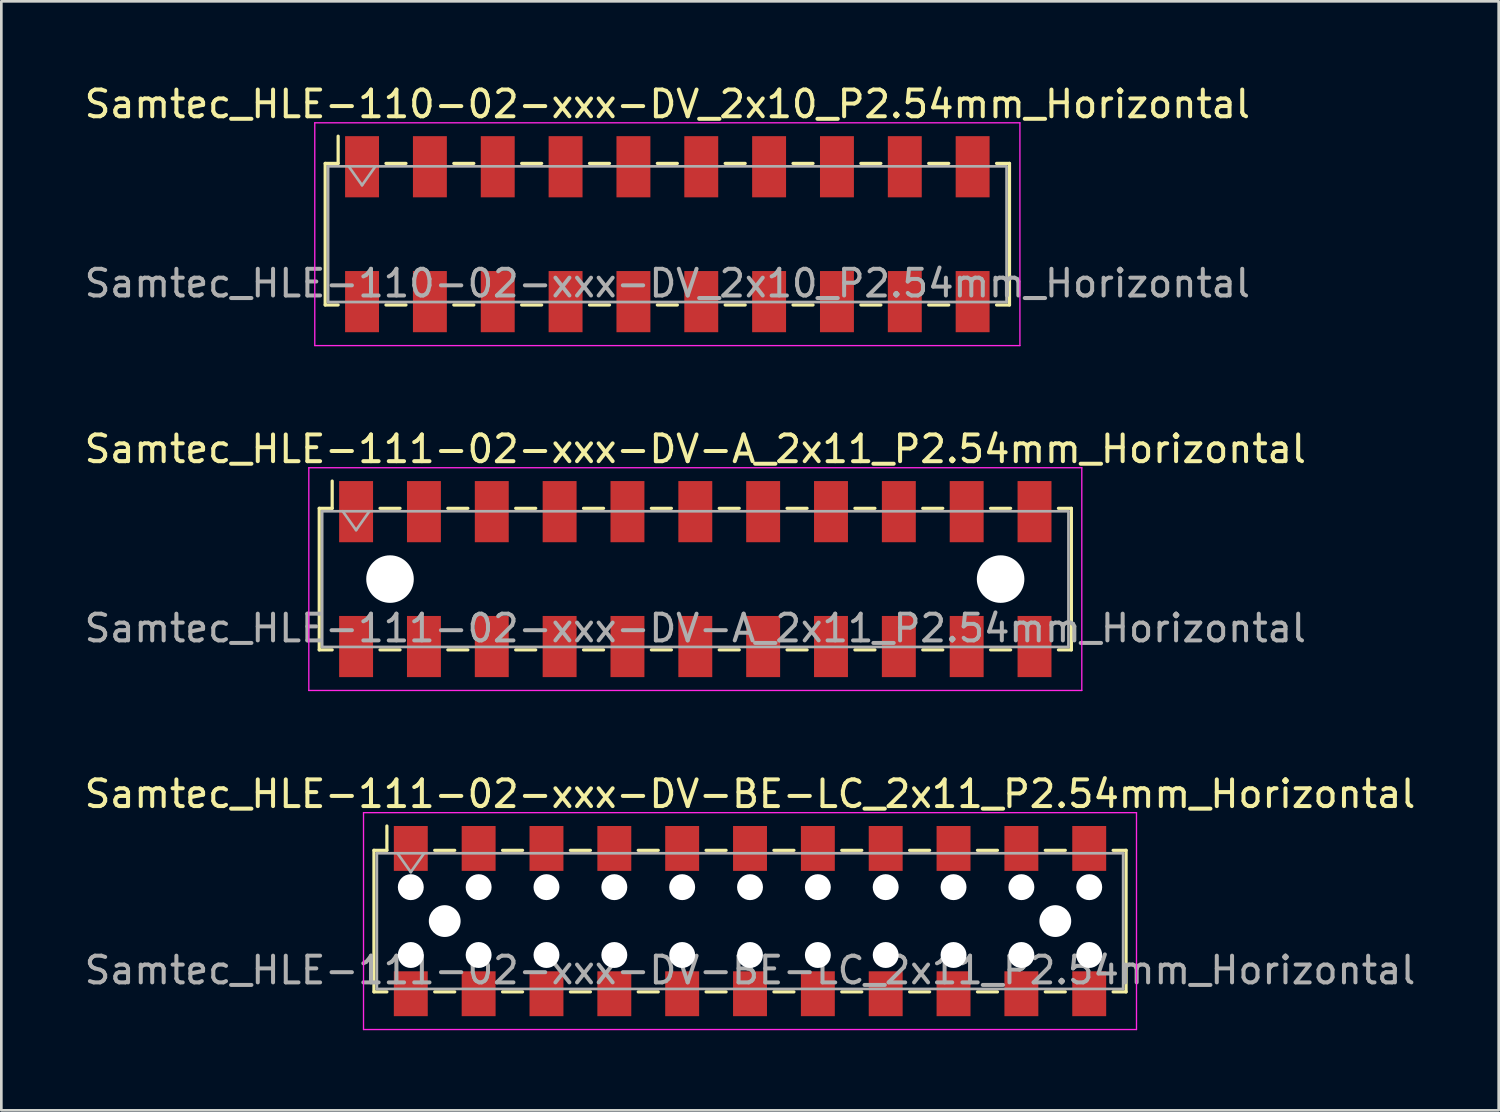
<source format=kicad_pcb>
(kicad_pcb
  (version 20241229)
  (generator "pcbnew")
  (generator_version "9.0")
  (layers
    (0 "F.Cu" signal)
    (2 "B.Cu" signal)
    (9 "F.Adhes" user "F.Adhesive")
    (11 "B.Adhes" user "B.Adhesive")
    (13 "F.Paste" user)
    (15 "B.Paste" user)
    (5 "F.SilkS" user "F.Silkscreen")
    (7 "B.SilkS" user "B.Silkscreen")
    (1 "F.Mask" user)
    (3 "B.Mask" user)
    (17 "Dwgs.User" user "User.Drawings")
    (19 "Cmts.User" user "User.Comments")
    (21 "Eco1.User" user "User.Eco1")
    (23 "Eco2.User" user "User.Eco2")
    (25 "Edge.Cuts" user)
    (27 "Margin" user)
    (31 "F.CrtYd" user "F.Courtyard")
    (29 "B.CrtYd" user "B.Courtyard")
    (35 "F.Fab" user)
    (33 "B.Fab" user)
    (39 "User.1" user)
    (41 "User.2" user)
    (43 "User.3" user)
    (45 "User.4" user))
  (footprint "Samtec_HLE-110-02-xxx-DV_2x10_P2.54mm_Horizontal"
    (layer "F.Cu")
    (at 21.935 5.718)
    (property "Reference" "Samtec_HLE-110-02-xxx-DV_2x10_P2.54mm_Horizontal" (at 0 -4.87 0) (layer "F.SilkS") (effects (font (size 1 1) (thickness 0.15))))
    (attr smd)
    (fp_line (start -12.81 -2.65) (end -12.81 2.65) (stroke (width 0.12) (type solid)) (layer "F.SilkS"))
    (fp_line (start -12.81 2.65) (end -12.325 2.65) (stroke (width 0.12) (type solid)) (layer "F.SilkS"))
    (fp_line (start -12.325 -3.67) (end -12.325 -2.65) (stroke (width 0.12) (type solid)) (layer "F.SilkS"))
    (fp_line (start -12.325 -2.65) (end -12.81 -2.65) (stroke (width 0.12) (type solid)) (layer "F.SilkS"))
    (fp_line (start -10.535 -2.65) (end -9.785 -2.65) (stroke (width 0.12) (type solid)) (layer "F.SilkS"))
    (fp_line (start -10.535 2.65) (end -9.785 2.65) (stroke (width 0.12) (type solid)) (layer "F.SilkS"))
    (fp_line (start -7.995 -2.65) (end -7.245 -2.65) (stroke (width 0.12) (type solid)) (layer "F.SilkS"))
    (fp_line (start -7.995 2.65) (end -7.245 2.65) (stroke (width 0.12) (type solid)) (layer "F.SilkS"))
    (fp_line (start -5.455 -2.65) (end -4.705 -2.65) (stroke (width 0.12) (type solid)) (layer "F.SilkS"))
    (fp_line (start -5.455 2.65) (end -4.705 2.65) (stroke (width 0.12) (type solid)) (layer "F.SilkS"))
    (fp_line (start -2.915 -2.65) (end -2.165 -2.65) (stroke (width 0.12) (type solid)) (layer "F.SilkS"))
    (fp_line (start -2.915 2.65) (end -2.165 2.65) (stroke (width 0.12) (type solid)) (layer "F.SilkS"))
    (fp_line (start -0.375 -2.65) (end 0.375 -2.65) (stroke (width 0.12) (type solid)) (layer "F.SilkS"))
    (fp_line (start -0.375 2.65) (end 0.375 2.65) (stroke (width 0.12) (type solid)) (layer "F.SilkS"))
    (fp_line (start 2.165 -2.65) (end 2.915 -2.65) (stroke (width 0.12) (type solid)) (layer "F.SilkS"))
    (fp_line (start 2.165 2.65) (end 2.915 2.65) (stroke (width 0.12) (type solid)) (layer "F.SilkS"))
    (fp_line (start 4.705 -2.65) (end 5.455 -2.65) (stroke (width 0.12) (type solid)) (layer "F.SilkS"))
    (fp_line (start 4.705 2.65) (end 5.455 2.65) (stroke (width 0.12) (type solid)) (layer "F.SilkS"))
    (fp_line (start 7.245 -2.65) (end 7.995 -2.65) (stroke (width 0.12) (type solid)) (layer "F.SilkS"))
    (fp_line (start 7.245 2.65) (end 7.995 2.65) (stroke (width 0.12) (type solid)) (layer "F.SilkS"))
    (fp_line (start 9.785 -2.65) (end 10.535 -2.65) (stroke (width 0.12) (type solid)) (layer "F.SilkS"))
    (fp_line (start 9.785 2.65) (end 10.535 2.65) (stroke (width 0.12) (type solid)) (layer "F.SilkS"))
    (fp_line (start 12.325 -2.65) (end 12.81 -2.65) (stroke (width 0.12) (type solid)) (layer "F.SilkS"))
    (fp_line (start 12.81 -2.65) (end 12.81 2.65) (stroke (width 0.12) (type solid)) (layer "F.SilkS"))
    (fp_line (start 12.81 2.65) (end 12.325 2.65) (stroke (width 0.12) (type solid)) (layer "F.SilkS"))
    (fp_line (start -13.2 -4.17) (end 13.2 -4.17) (stroke (width 0.05) (type solid)) (layer "F.CrtYd"))
    (fp_line (start -13.2 4.17) (end -13.2 -4.17) (stroke (width 0.05) (type solid)) (layer "F.CrtYd"))
    (fp_line (start 13.2 -4.17) (end 13.2 4.17) (stroke (width 0.05) (type solid)) (layer "F.CrtYd"))
    (fp_line (start 13.2 4.17) (end -13.2 4.17) (stroke (width 0.05) (type solid)) (layer "F.CrtYd"))
    (fp_line (start -12.7 -2.54) (end 12.7 -2.54) (stroke (width 0.1) (type solid)) (layer "F.Fab"))
    (fp_line (start -12.7 2.54) (end -12.7 -2.54) (stroke (width 0.1) (type solid)) (layer "F.Fab"))
    (fp_line (start -11.93 -2.54) (end -11.43 -1.833) (stroke (width 0.1) (type solid)) (layer "F.Fab"))
    (fp_line (start -11.43 -1.833) (end -10.93 -2.54) (stroke (width 0.1) (type solid)) (layer "F.Fab"))
    (fp_line (start 12.7 -2.54) (end 12.7 2.54) (stroke (width 0.1) (type solid)) (layer "F.Fab"))
    (fp_line (start 12.7 2.54) (end -12.7 2.54) (stroke (width 0.1) (type solid)) (layer "F.Fab"))
    (fp_text user "${REFERENCE}" (at 0 1.84 0) (layer "F.Fab") (effects (font (size 1 1) (thickness 0.15))))
    (pad "1" smd rect (at -11.43 -2.525) (size 1.27 2.29) (layers "F.Cu" "F.Mask" "F.Paste"))
    (pad "2" smd rect (at -11.43 2.525) (size 1.27 2.29) (layers "F.Cu" "F.Mask" "F.Paste"))
    (pad "3" smd rect (at -8.89 -2.525) (size 1.27 2.29) (layers "F.Cu" "F.Mask" "F.Paste"))
    (pad "4" smd rect (at -8.89 2.525) (size 1.27 2.29) (layers "F.Cu" "F.Mask" "F.Paste"))
    (pad "5" smd rect (at -6.35 -2.525) (size 1.27 2.29) (layers "F.Cu" "F.Mask" "F.Paste"))
    (pad "6" smd rect (at -6.35 2.525) (size 1.27 2.29) (layers "F.Cu" "F.Mask" "F.Paste"))
    (pad "7" smd rect (at -3.81 -2.525) (size 1.27 2.29) (layers "F.Cu" "F.Mask" "F.Paste"))
    (pad "8" smd rect (at -3.81 2.525) (size 1.27 2.29) (layers "F.Cu" "F.Mask" "F.Paste"))
    (pad "9" smd rect (at -1.27 -2.525) (size 1.27 2.29) (layers "F.Cu" "F.Mask" "F.Paste"))
    (pad "10" smd rect (at -1.27 2.525) (size 1.27 2.29) (layers "F.Cu" "F.Mask" "F.Paste"))
    (pad "11" smd rect (at 1.27 -2.525) (size 1.27 2.29) (layers "F.Cu" "F.Mask" "F.Paste"))
    (pad "12" smd rect (at 1.27 2.525) (size 1.27 2.29) (layers "F.Cu" "F.Mask" "F.Paste"))
    (pad "13" smd rect (at 3.81 -2.525) (size 1.27 2.29) (layers "F.Cu" "F.Mask" "F.Paste"))
    (pad "14" smd rect (at 3.81 2.525) (size 1.27 2.29) (layers "F.Cu" "F.Mask" "F.Paste"))
    (pad "15" smd rect (at 6.35 -2.525) (size 1.27 2.29) (layers "F.Cu" "F.Mask" "F.Paste"))
    (pad "16" smd rect (at 6.35 2.525) (size 1.27 2.29) (layers "F.Cu" "F.Mask" "F.Paste"))
    (pad "17" smd rect (at 8.89 -2.525) (size 1.27 2.29) (layers "F.Cu" "F.Mask" "F.Paste"))
    (pad "18" smd rect (at 8.89 2.525) (size 1.27 2.29) (layers "F.Cu" "F.Mask" "F.Paste"))
    (pad "19" smd rect (at 11.43 -2.525) (size 1.27 2.29) (layers "F.Cu" "F.Mask" "F.Paste"))
    (pad "20" smd rect (at 11.43 2.525) (size 1.27 2.29) (layers "F.Cu" "F.Mask" "F.Paste")))
  (footprint "Samtec_HLE-111-02-xxx-DV-A_2x11_P2.54mm_Horizontal"
    (layer "F.Cu")
    (at 22.982 18.631)
    (property "Reference" "Samtec_HLE-111-02-xxx-DV-A_2x11_P2.54mm_Horizontal" (at 0 -4.87 0) (layer "F.SilkS") (effects (font (size 1 1) (thickness 0.15))))
    (attr smd)
    (fp_line (start -14.08 -2.65) (end -14.08 2.65) (stroke (width 0.12) (type solid)) (layer "F.SilkS"))
    (fp_line (start -14.08 2.65) (end -13.595 2.65) (stroke (width 0.12) (type solid)) (layer "F.SilkS"))
    (fp_line (start -13.595 -3.67) (end -13.595 -2.65) (stroke (width 0.12) (type solid)) (layer "F.SilkS"))
    (fp_line (start -13.595 -2.65) (end -14.08 -2.65) (stroke (width 0.12) (type solid)) (layer "F.SilkS"))
    (fp_line (start -11.805 -2.65) (end -11.055 -2.65) (stroke (width 0.12) (type solid)) (layer "F.SilkS"))
    (fp_line (start -11.805 2.65) (end -11.055 2.65) (stroke (width 0.12) (type solid)) (layer "F.SilkS"))
    (fp_line (start -9.265 -2.65) (end -8.515 -2.65) (stroke (width 0.12) (type solid)) (layer "F.SilkS"))
    (fp_line (start -9.265 2.65) (end -8.515 2.65) (stroke (width 0.12) (type solid)) (layer "F.SilkS"))
    (fp_line (start -6.725 -2.65) (end -5.975 -2.65) (stroke (width 0.12) (type solid)) (layer "F.SilkS"))
    (fp_line (start -6.725 2.65) (end -5.975 2.65) (stroke (width 0.12) (type solid)) (layer "F.SilkS"))
    (fp_line (start -4.185 -2.65) (end -3.435 -2.65) (stroke (width 0.12) (type solid)) (layer "F.SilkS"))
    (fp_line (start -4.185 2.65) (end -3.435 2.65) (stroke (width 0.12) (type solid)) (layer "F.SilkS"))
    (fp_line (start -1.645 -2.65) (end -0.895 -2.65) (stroke (width 0.12) (type solid)) (layer "F.SilkS"))
    (fp_line (start -1.645 2.65) (end -0.895 2.65) (stroke (width 0.12) (type solid)) (layer "F.SilkS"))
    (fp_line (start 0.895 -2.65) (end 1.645 -2.65) (stroke (width 0.12) (type solid)) (layer "F.SilkS"))
    (fp_line (start 0.895 2.65) (end 1.645 2.65) (stroke (width 0.12) (type solid)) (layer "F.SilkS"))
    (fp_line (start 3.435 -2.65) (end 4.185 -2.65) (stroke (width 0.12) (type solid)) (layer "F.SilkS"))
    (fp_line (start 3.435 2.65) (end 4.185 2.65) (stroke (width 0.12) (type solid)) (layer "F.SilkS"))
    (fp_line (start 5.975 -2.65) (end 6.725 -2.65) (stroke (width 0.12) (type solid)) (layer "F.SilkS"))
    (fp_line (start 5.975 2.65) (end 6.725 2.65) (stroke (width 0.12) (type solid)) (layer "F.SilkS"))
    (fp_line (start 8.515 -2.65) (end 9.265 -2.65) (stroke (width 0.12) (type solid)) (layer "F.SilkS"))
    (fp_line (start 8.515 2.65) (end 9.265 2.65) (stroke (width 0.12) (type solid)) (layer "F.SilkS"))
    (fp_line (start 11.055 -2.65) (end 11.805 -2.65) (stroke (width 0.12) (type solid)) (layer "F.SilkS"))
    (fp_line (start 11.055 2.65) (end 11.805 2.65) (stroke (width 0.12) (type solid)) (layer "F.SilkS"))
    (fp_line (start 13.595 -2.65) (end 14.08 -2.65) (stroke (width 0.12) (type solid)) (layer "F.SilkS"))
    (fp_line (start 14.08 -2.65) (end 14.08 2.65) (stroke (width 0.12) (type solid)) (layer "F.SilkS"))
    (fp_line (start 14.08 2.65) (end 13.595 2.65) (stroke (width 0.12) (type solid)) (layer "F.SilkS"))
    (fp_line (start -14.47 -4.17) (end 14.47 -4.17) (stroke (width 0.05) (type solid)) (layer "F.CrtYd"))
    (fp_line (start -14.47 4.17) (end -14.47 -4.17) (stroke (width 0.05) (type solid)) (layer "F.CrtYd"))
    (fp_line (start 14.47 -4.17) (end 14.47 4.17) (stroke (width 0.05) (type solid)) (layer "F.CrtYd"))
    (fp_line (start 14.47 4.17) (end -14.47 4.17) (stroke (width 0.05) (type solid)) (layer "F.CrtYd"))
    (fp_line (start -13.97 -2.54) (end 13.97 -2.54) (stroke (width 0.1) (type solid)) (layer "F.Fab"))
    (fp_line (start -13.97 2.54) (end -13.97 -2.54) (stroke (width 0.1) (type solid)) (layer "F.Fab"))
    (fp_line (start -13.2 -2.54) (end -12.7 -1.833) (stroke (width 0.1) (type solid)) (layer "F.Fab"))
    (fp_line (start -12.7 -1.833) (end -12.2 -2.54) (stroke (width 0.1) (type solid)) (layer "F.Fab"))
    (fp_line (start 13.97 -2.54) (end 13.97 2.54) (stroke (width 0.1) (type solid)) (layer "F.Fab"))
    (fp_line (start 13.97 2.54) (end -13.97 2.54) (stroke (width 0.1) (type solid)) (layer "F.Fab"))
    (fp_text user "${REFERENCE}" (at 0 1.84 0) (layer "F.Fab") (effects (font (size 1 1) (thickness 0.15))))
    (pad "" np_thru_hole circle (at -11.43 0) (size 1.78 1.78) (drill 1.78) (layers "*.Cu" "*.Mask"))
    (pad "" np_thru_hole circle (at 11.43 0) (size 1.78 1.78) (drill 1.78) (layers "*.Cu" "*.Mask"))
    (pad "1" smd rect (at -12.7 -2.525) (size 1.27 2.29) (layers "F.Cu" "F.Mask" "F.Paste"))
    (pad "2" smd rect (at -12.7 2.525) (size 1.27 2.29) (layers "F.Cu" "F.Mask" "F.Paste"))
    (pad "3" smd rect (at -10.16 -2.525) (size 1.27 2.29) (layers "F.Cu" "F.Mask" "F.Paste"))
    (pad "4" smd rect (at -10.16 2.525) (size 1.27 2.29) (layers "F.Cu" "F.Mask" "F.Paste"))
    (pad "5" smd rect (at -7.62 -2.525) (size 1.27 2.29) (layers "F.Cu" "F.Mask" "F.Paste"))
    (pad "6" smd rect (at -7.62 2.525) (size 1.27 2.29) (layers "F.Cu" "F.Mask" "F.Paste"))
    (pad "7" smd rect (at -5.08 -2.525) (size 1.27 2.29) (layers "F.Cu" "F.Mask" "F.Paste"))
    (pad "8" smd rect (at -5.08 2.525) (size 1.27 2.29) (layers "F.Cu" "F.Mask" "F.Paste"))
    (pad "9" smd rect (at -2.54 -2.525) (size 1.27 2.29) (layers "F.Cu" "F.Mask" "F.Paste"))
    (pad "10" smd rect (at -2.54 2.525) (size 1.27 2.29) (layers "F.Cu" "F.Mask" "F.Paste"))
    (pad "11" smd rect (at 0 -2.525) (size 1.27 2.29) (layers "F.Cu" "F.Mask" "F.Paste"))
    (pad "12" smd rect (at 0 2.525) (size 1.27 2.29) (layers "F.Cu" "F.Mask" "F.Paste"))
    (pad "13" smd rect (at 2.54 -2.525) (size 1.27 2.29) (layers "F.Cu" "F.Mask" "F.Paste"))
    (pad "14" smd rect (at 2.54 2.525) (size 1.27 2.29) (layers "F.Cu" "F.Mask" "F.Paste"))
    (pad "15" smd rect (at 5.08 -2.525) (size 1.27 2.29) (layers "F.Cu" "F.Mask" "F.Paste"))
    (pad "16" smd rect (at 5.08 2.525) (size 1.27 2.29) (layers "F.Cu" "F.Mask" "F.Paste"))
    (pad "17" smd rect (at 7.62 -2.525) (size 1.27 2.29) (layers "F.Cu" "F.Mask" "F.Paste"))
    (pad "18" smd rect (at 7.62 2.525) (size 1.27 2.29) (layers "F.Cu" "F.Mask" "F.Paste"))
    (pad "19" smd rect (at 10.16 -2.525) (size 1.27 2.29) (layers "F.Cu" "F.Mask" "F.Paste"))
    (pad "20" smd rect (at 10.16 2.525) (size 1.27 2.29) (layers "F.Cu" "F.Mask" "F.Paste"))
    (pad "21" smd rect (at 12.7 -2.525) (size 1.27 2.29) (layers "F.Cu" "F.Mask" "F.Paste"))
    (pad "22" smd rect (at 12.7 2.525) (size 1.27 2.29) (layers "F.Cu" "F.Mask" "F.Paste")))
  (footprint "Samtec_HLE-111-02-xxx-DV-BE-LC_2x11_P2.54mm_Horizontal"
    (layer "F.Cu")
    (at 25.03 31.435)
    (property "Reference" "Samtec_HLE-111-02-xxx-DV-BE-LC_2x11_P2.54mm_Horizontal" (at 0 -4.76 0) (layer "F.SilkS") (effects (font (size 1 1) (thickness 0.15))))
    (attr smd)
    (fp_line (start -14.08 -2.65) (end -14.08 2.65) (stroke (width 0.12) (type solid)) (layer "F.SilkS"))
    (fp_line (start -14.08 2.65) (end -13.595 2.65) (stroke (width 0.12) (type solid)) (layer "F.SilkS"))
    (fp_line (start -13.595 -3.56) (end -13.595 -2.65) (stroke (width 0.12) (type solid)) (layer "F.SilkS"))
    (fp_line (start -13.595 -2.65) (end -14.08 -2.65) (stroke (width 0.12) (type solid)) (layer "F.SilkS"))
    (fp_line (start -11.805 -2.65) (end -11.055 -2.65) (stroke (width 0.12) (type solid)) (layer "F.SilkS"))
    (fp_line (start -11.805 2.65) (end -11.055 2.65) (stroke (width 0.12) (type solid)) (layer "F.SilkS"))
    (fp_line (start -9.265 -2.65) (end -8.515 -2.65) (stroke (width 0.12) (type solid)) (layer "F.SilkS"))
    (fp_line (start -9.265 2.65) (end -8.515 2.65) (stroke (width 0.12) (type solid)) (layer "F.SilkS"))
    (fp_line (start -6.725 -2.65) (end -5.975 -2.65) (stroke (width 0.12) (type solid)) (layer "F.SilkS"))
    (fp_line (start -6.725 2.65) (end -5.975 2.65) (stroke (width 0.12) (type solid)) (layer "F.SilkS"))
    (fp_line (start -4.185 -2.65) (end -3.435 -2.65) (stroke (width 0.12) (type solid)) (layer "F.SilkS"))
    (fp_line (start -4.185 2.65) (end -3.435 2.65) (stroke (width 0.12) (type solid)) (layer "F.SilkS"))
    (fp_line (start -1.645 -2.65) (end -0.895 -2.65) (stroke (width 0.12) (type solid)) (layer "F.SilkS"))
    (fp_line (start -1.645 2.65) (end -0.895 2.65) (stroke (width 0.12) (type solid)) (layer "F.SilkS"))
    (fp_line (start 0.895 -2.65) (end 1.645 -2.65) (stroke (width 0.12) (type solid)) (layer "F.SilkS"))
    (fp_line (start 0.895 2.65) (end 1.645 2.65) (stroke (width 0.12) (type solid)) (layer "F.SilkS"))
    (fp_line (start 3.435 -2.65) (end 4.185 -2.65) (stroke (width 0.12) (type solid)) (layer "F.SilkS"))
    (fp_line (start 3.435 2.65) (end 4.185 2.65) (stroke (width 0.12) (type solid)) (layer "F.SilkS"))
    (fp_line (start 5.975 -2.65) (end 6.725 -2.65) (stroke (width 0.12) (type solid)) (layer "F.SilkS"))
    (fp_line (start 5.975 2.65) (end 6.725 2.65) (stroke (width 0.12) (type solid)) (layer "F.SilkS"))
    (fp_line (start 8.515 -2.65) (end 9.265 -2.65) (stroke (width 0.12) (type solid)) (layer "F.SilkS"))
    (fp_line (start 8.515 2.65) (end 9.265 2.65) (stroke (width 0.12) (type solid)) (layer "F.SilkS"))
    (fp_line (start 11.055 -2.65) (end 11.805 -2.65) (stroke (width 0.12) (type solid)) (layer "F.SilkS"))
    (fp_line (start 11.055 2.65) (end 11.805 2.65) (stroke (width 0.12) (type solid)) (layer "F.SilkS"))
    (fp_line (start 13.595 -2.65) (end 14.08 -2.65) (stroke (width 0.12) (type solid)) (layer "F.SilkS"))
    (fp_line (start 14.08 -2.65) (end 14.08 2.65) (stroke (width 0.12) (type solid)) (layer "F.SilkS"))
    (fp_line (start 14.08 2.65) (end 13.595 2.65) (stroke (width 0.12) (type solid)) (layer "F.SilkS"))
    (fp_line (start -14.47 -4.06) (end 14.47 -4.06) (stroke (width 0.05) (type solid)) (layer "F.CrtYd"))
    (fp_line (start -14.47 4.06) (end -14.47 -4.06) (stroke (width 0.05) (type solid)) (layer "F.CrtYd"))
    (fp_line (start 14.47 -4.06) (end 14.47 4.06) (stroke (width 0.05) (type solid)) (layer "F.CrtYd"))
    (fp_line (start 14.47 4.06) (end -14.47 4.06) (stroke (width 0.05) (type solid)) (layer "F.CrtYd"))
    (fp_line (start -13.97 -2.54) (end 13.97 -2.54) (stroke (width 0.1) (type solid)) (layer "F.Fab"))
    (fp_line (start -13.97 2.54) (end -13.97 -2.54) (stroke (width 0.1) (type solid)) (layer "F.Fab"))
    (fp_line (start -13.2 -2.54) (end -12.7 -1.833) (stroke (width 0.1) (type solid)) (layer "F.Fab"))
    (fp_line (start -12.7 -1.833) (end -12.2 -2.54) (stroke (width 0.1) (type solid)) (layer "F.Fab"))
    (fp_line (start 13.97 -2.54) (end 13.97 2.54) (stroke (width 0.1) (type solid)) (layer "F.Fab"))
    (fp_line (start 13.97 2.54) (end -13.97 2.54) (stroke (width 0.1) (type solid)) (layer "F.Fab"))
    (fp_text user "${REFERENCE}" (at 0 1.84 0) (layer "F.Fab") (effects (font (size 1 1) (thickness 0.15))))
    (pad "" np_thru_hole circle (at -12.7 -1.27) (size 0.97 0.97) (drill 0.97) (layers "*.Cu" "*.Mask"))
    (pad "" np_thru_hole circle (at -12.7 1.27) (size 0.97 0.97) (drill 0.97) (layers "*.Cu" "*.Mask"))
    (pad "" np_thru_hole circle (at -11.43 0) (size 1.19 1.19) (drill 1.19) (layers "*.Cu" "*.Mask"))
    (pad "" np_thru_hole circle (at -10.16 -1.27) (size 0.97 0.97) (drill 0.97) (layers "*.Cu" "*.Mask"))
    (pad "" np_thru_hole circle (at -10.16 1.27) (size 0.97 0.97) (drill 0.97) (layers "*.Cu" "*.Mask"))
    (pad "" np_thru_hole circle (at -7.62 -1.27) (size 0.97 0.97) (drill 0.97) (layers "*.Cu" "*.Mask"))
    (pad "" np_thru_hole circle (at -7.62 1.27) (size 0.97 0.97) (drill 0.97) (layers "*.Cu" "*.Mask"))
    (pad "" np_thru_hole circle (at -5.08 -1.27) (size 0.97 0.97) (drill 0.97) (layers "*.Cu" "*.Mask"))
    (pad "" np_thru_hole circle (at -5.08 1.27) (size 0.97 0.97) (drill 0.97) (layers "*.Cu" "*.Mask"))
    (pad "" np_thru_hole circle (at -2.54 -1.27) (size 0.97 0.97) (drill 0.97) (layers "*.Cu" "*.Mask"))
    (pad "" np_thru_hole circle (at -2.54 1.27) (size 0.97 0.97) (drill 0.97) (layers "*.Cu" "*.Mask"))
    (pad "" np_thru_hole circle (at 0 -1.27) (size 0.97 0.97) (drill 0.97) (layers "*.Cu" "*.Mask"))
    (pad "" np_thru_hole circle (at 0 1.27) (size 0.97 0.97) (drill 0.97) (layers "*.Cu" "*.Mask"))
    (pad "" np_thru_hole circle (at 2.54 -1.27) (size 0.97 0.97) (drill 0.97) (layers "*.Cu" "*.Mask"))
    (pad "" np_thru_hole circle (at 2.54 1.27) (size 0.97 0.97) (drill 0.97) (layers "*.Cu" "*.Mask"))
    (pad "" np_thru_hole circle (at 5.08 -1.27) (size 0.97 0.97) (drill 0.97) (layers "*.Cu" "*.Mask"))
    (pad "" np_thru_hole circle (at 5.08 1.27) (size 0.97 0.97) (drill 0.97) (layers "*.Cu" "*.Mask"))
    (pad "" np_thru_hole circle (at 7.62 -1.27) (size 0.97 0.97) (drill 0.97) (layers "*.Cu" "*.Mask"))
    (pad "" np_thru_hole circle (at 7.62 1.27) (size 0.97 0.97) (drill 0.97) (layers "*.Cu" "*.Mask"))
    (pad "" np_thru_hole circle (at 10.16 -1.27) (size 0.97 0.97) (drill 0.97) (layers "*.Cu" "*.Mask"))
    (pad "" np_thru_hole circle (at 10.16 1.27) (size 0.97 0.97) (drill 0.97) (layers "*.Cu" "*.Mask"))
    (pad "" np_thru_hole circle (at 11.43 0) (size 1.19 1.19) (drill 1.19) (layers "*.Cu" "*.Mask"))
    (pad "" np_thru_hole circle (at 12.7 -1.27) (size 0.97 0.97) (drill 0.97) (layers "*.Cu" "*.Mask"))
    (pad "" np_thru_hole circle (at 12.7 1.27) (size 0.97 0.97) (drill 0.97) (layers "*.Cu" "*.Mask"))
    (pad "1" smd rect (at -12.7 -2.72) (size 1.27 1.68) (layers "F.Cu" "F.Mask" "F.Paste"))
    (pad "2" smd rect (at -12.7 2.72) (size 1.27 1.68) (layers "F.Cu" "F.Mask" "F.Paste"))
    (pad "3" smd rect (at -10.16 -2.72) (size 1.27 1.68) (layers "F.Cu" "F.Mask" "F.Paste"))
    (pad "4" smd rect (at -10.16 2.72) (size 1.27 1.68) (layers "F.Cu" "F.Mask" "F.Paste"))
    (pad "5" smd rect (at -7.62 -2.72) (size 1.27 1.68) (layers "F.Cu" "F.Mask" "F.Paste"))
    (pad "6" smd rect (at -7.62 2.72) (size 1.27 1.68) (layers "F.Cu" "F.Mask" "F.Paste"))
    (pad "7" smd rect (at -5.08 -2.72) (size 1.27 1.68) (layers "F.Cu" "F.Mask" "F.Paste"))
    (pad "8" smd rect (at -5.08 2.72) (size 1.27 1.68) (layers "F.Cu" "F.Mask" "F.Paste"))
    (pad "9" smd rect (at -2.54 -2.72) (size 1.27 1.68) (layers "F.Cu" "F.Mask" "F.Paste"))
    (pad "10" smd rect (at -2.54 2.72) (size 1.27 1.68) (layers "F.Cu" "F.Mask" "F.Paste"))
    (pad "11" smd rect (at 0 -2.72) (size 1.27 1.68) (layers "F.Cu" "F.Mask" "F.Paste"))
    (pad "12" smd rect (at 0 2.72) (size 1.27 1.68) (layers "F.Cu" "F.Mask" "F.Paste"))
    (pad "13" smd rect (at 2.54 -2.72) (size 1.27 1.68) (layers "F.Cu" "F.Mask" "F.Paste"))
    (pad "14" smd rect (at 2.54 2.72) (size 1.27 1.68) (layers "F.Cu" "F.Mask" "F.Paste"))
    (pad "15" smd rect (at 5.08 -2.72) (size 1.27 1.68) (layers "F.Cu" "F.Mask" "F.Paste"))
    (pad "16" smd rect (at 5.08 2.72) (size 1.27 1.68) (layers "F.Cu" "F.Mask" "F.Paste"))
    (pad "17" smd rect (at 7.62 -2.72) (size 1.27 1.68) (layers "F.Cu" "F.Mask" "F.Paste"))
    (pad "18" smd rect (at 7.62 2.72) (size 1.27 1.68) (layers "F.Cu" "F.Mask" "F.Paste"))
    (pad "19" smd rect (at 10.16 -2.72) (size 1.27 1.68) (layers "F.Cu" "F.Mask" "F.Paste"))
    (pad "20" smd rect (at 10.16 2.72) (size 1.27 1.68) (layers "F.Cu" "F.Mask" "F.Paste"))
    (pad "21" smd rect (at 12.7 -2.72) (size 1.27 1.68) (layers "F.Cu" "F.Mask" "F.Paste"))
    (pad "22" smd rect (at 12.7 2.72) (size 1.27 1.68) (layers "F.Cu" "F.Mask" "F.Paste")))
  (gr_rect
    (start -3 -3)
    (end 53.06 38.52)
    (stroke (width 0.1) (type default))
    (fill no)
    (layer "Edge.Cuts")))
</source>
